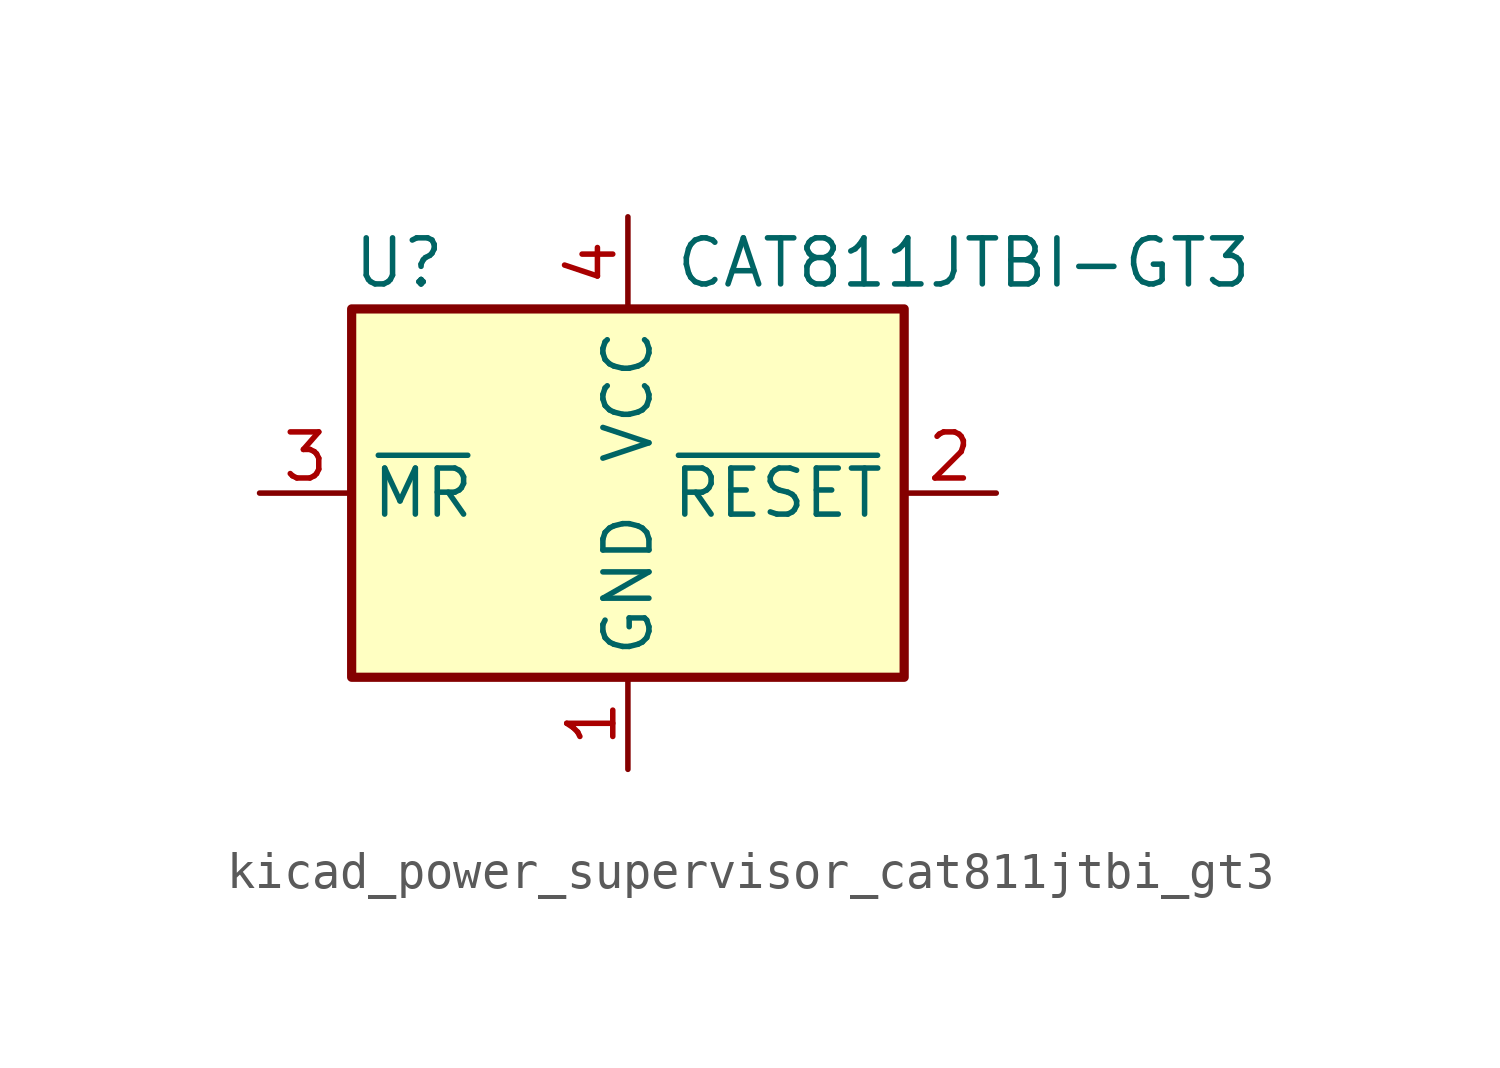
<source format=kicad_sym>
(kicad_symbol_lib
  (version 20220914)
  (generator kicad_symbol_editor)
  (symbol "kicad_power_supervisor_cat811jtbi_gt3"
    (property "Reference" "U"
      (at -7.62 6.35 0)
      (effects (font (size 1.27 1.27)) (justify left)))
    (property "Value" "CAT811JTBI-GT3"
      (at 1.27 6.35 0)
      (effects (font (size 1.27 1.27)) (justify left)))
    (symbol "kicad_power_supervisor_cat811jtbi_gt3_0_1"
      (rectangle (start -7.62 5.08) (end 7.62 -5.08) (stroke (width 0.254) (type default)) (fill (type background))))
    (symbol "kicad_power_supervisor_cat811jtbi_gt3_1_1"
      (pin power_in line (at 0 -7.62 90) (length 2.54) (name "GND" (effects (font (size 1.27 1.27)))) (number "1" (effects (font (size 1.27 1.27)))))
      (pin output line (at 10.16 0 180) (length 2.54) (name "~{RESET}" (effects (font (size 1.27 1.27)))) (number "2" (effects (font (size 1.27 1.27)))))
      (pin input line (at -10.16 0 0) (length 2.54) (name "~{MR}" (effects (font (size 1.27 1.27)))) (number "3" (effects (font (size 1.27 1.27)))))
      (pin power_in line (at 0 7.62 270) (length 2.54) (name "VCC" (effects (font (size 1.27 1.27)))) (number "4" (effects (font (size 1.27 1.27))))))))
</source>
